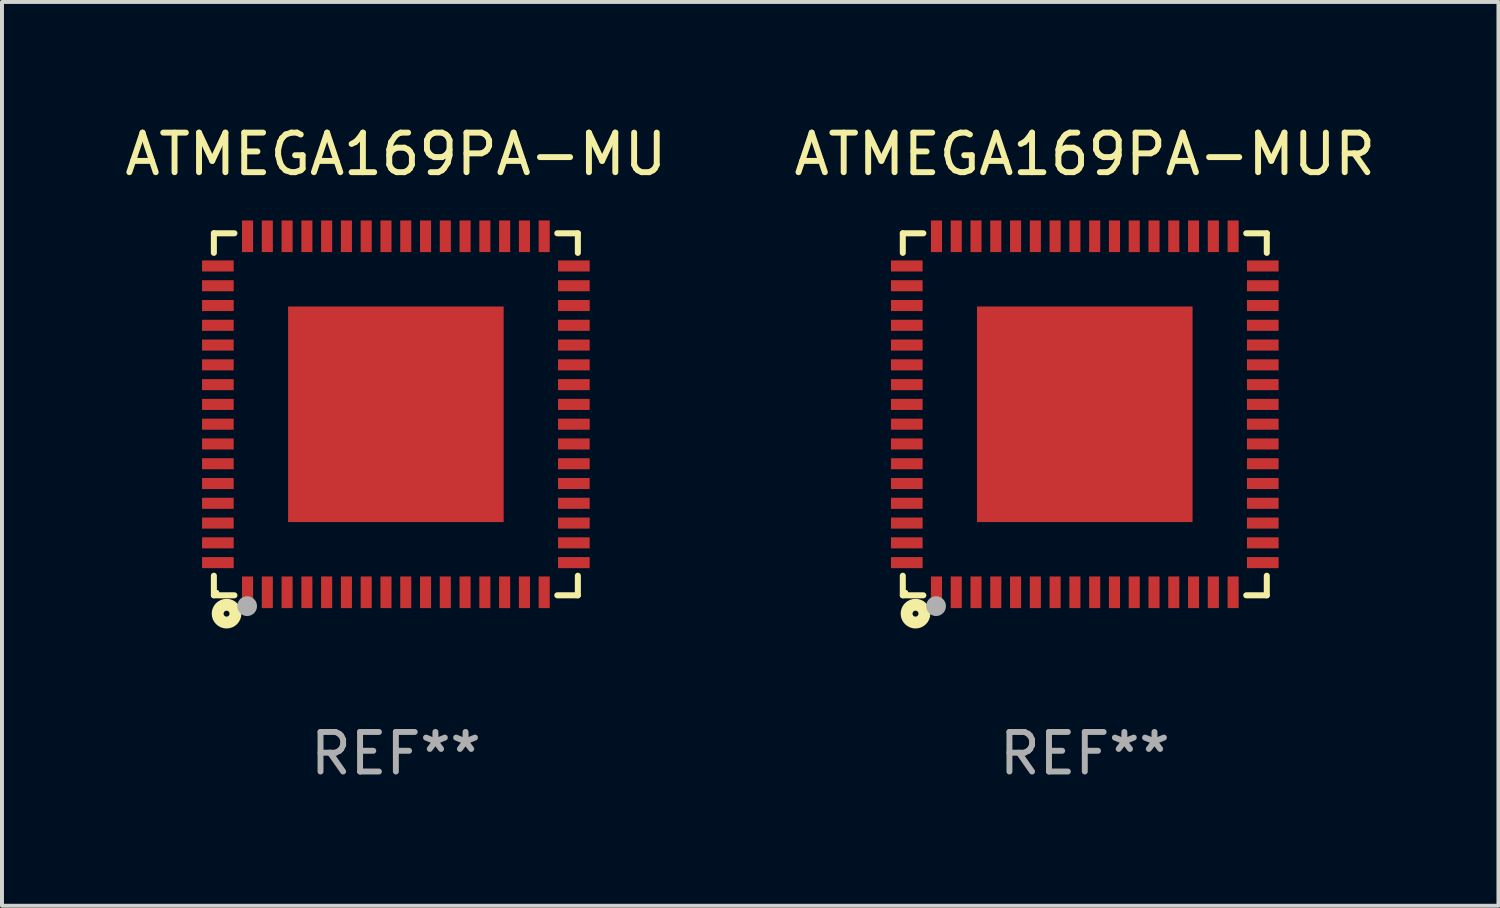
<source format=kicad_pcb>
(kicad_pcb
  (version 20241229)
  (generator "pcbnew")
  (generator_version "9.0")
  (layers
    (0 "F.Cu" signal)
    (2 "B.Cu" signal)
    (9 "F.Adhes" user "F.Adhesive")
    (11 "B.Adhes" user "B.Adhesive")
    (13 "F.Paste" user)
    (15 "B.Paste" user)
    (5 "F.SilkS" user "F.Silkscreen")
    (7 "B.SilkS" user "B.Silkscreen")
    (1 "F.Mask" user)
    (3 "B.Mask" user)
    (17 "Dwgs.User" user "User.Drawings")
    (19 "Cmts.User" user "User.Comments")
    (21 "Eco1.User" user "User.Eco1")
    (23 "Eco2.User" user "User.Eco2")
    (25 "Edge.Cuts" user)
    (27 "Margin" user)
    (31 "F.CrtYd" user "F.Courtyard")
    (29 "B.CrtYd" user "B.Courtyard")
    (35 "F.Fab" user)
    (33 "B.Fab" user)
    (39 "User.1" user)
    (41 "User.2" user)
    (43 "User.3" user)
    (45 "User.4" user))
  (footprint "ATMEGA169PA-MU"
    (layer "F.Cu")
    (at 6.958 7.424)
    (property "Reference" "ATMEGA169PA-MU" (at 0 -6.576 0) (layer "F.SilkS") (effects (font (size 1 1) (thickness 0.15))))
    (attr through_hole)
    (fp_line (start -4.601 -4.576) (end -4.081 -4.576) (stroke (width 0.152) (type solid)) (layer "F.SilkS"))
    (fp_line (start -4.601 -4.081) (end -4.601 -4.576) (stroke (width 0.152) (type solid)) (layer "F.SilkS"))
    (fp_line (start -4.601 4.081) (end -4.601 4.576) (stroke (width 0.152) (type solid)) (layer "F.SilkS"))
    (fp_line (start -4.601 4.576) (end -4.081 4.576) (stroke (width 0.152) (type solid)) (layer "F.SilkS"))
    (fp_line (start 4.601 -4.576) (end 4.081 -4.576) (stroke (width 0.152) (type solid)) (layer "F.SilkS"))
    (fp_line (start 4.601 -4.081) (end 4.601 -4.576) (stroke (width 0.152) (type solid)) (layer "F.SilkS"))
    (fp_line (start 4.601 4.081) (end 4.601 4.576) (stroke (width 0.152) (type solid)) (layer "F.SilkS"))
    (fp_line (start 4.601 4.576) (end 4.081 4.576) (stroke (width 0.152) (type solid)) (layer "F.SilkS"))
    (fp_circle (center -4.525 4.5) (end -4.495 4.5) (stroke (width 0.06) (type solid)) (fill no) (layer "F.SilkS"))
    (fp_circle (center -4.28 5.04) (end -4.205 5.04) (stroke (width 0.3) (type solid)) (fill no) (layer "F.SilkS"))
    (fp_circle (center -3.76 4.85) (end -3.635 4.85) (stroke (width 0.25) (type solid)) (fill no) (layer "F.Fab"))
    (fp_text user "REF**" (at 0 8.576 0) (layer "F.Fab") (effects (font (size 1 1) (thickness 0.15))))
    (pad "1" smd rect (at -3.75 4.5) (size 0.28 0.8) (layers "F.Cu" "F.Mask" "F.Paste"))
    (pad "2" smd rect (at -3.25 4.5) (size 0.28 0.8) (layers "F.Cu" "F.Mask" "F.Paste"))
    (pad "3" smd rect (at -2.75 4.5) (size 0.28 0.8) (layers "F.Cu" "F.Mask" "F.Paste"))
    (pad "4" smd rect (at -2.25 4.5) (size 0.28 0.8) (layers "F.Cu" "F.Mask" "F.Paste"))
    (pad "5" smd rect (at -1.75 4.5) (size 0.28 0.8) (layers "F.Cu" "F.Mask" "F.Paste"))
    (pad "6" smd rect (at -1.25 4.5) (size 0.28 0.8) (layers "F.Cu" "F.Mask" "F.Paste"))
    (pad "7" smd rect (at -0.75 4.5) (size 0.28 0.8) (layers "F.Cu" "F.Mask" "F.Paste"))
    (pad "8" smd rect (at -0.25 4.5) (size 0.28 0.8) (layers "F.Cu" "F.Mask" "F.Paste"))
    (pad "9" smd rect (at 0.25 4.5) (size 0.28 0.8) (layers "F.Cu" "F.Mask" "F.Paste"))
    (pad "10" smd rect (at 0.75 4.5) (size 0.28 0.8) (layers "F.Cu" "F.Mask" "F.Paste"))
    (pad "11" smd rect (at 1.25 4.5) (size 0.28 0.8) (layers "F.Cu" "F.Mask" "F.Paste"))
    (pad "12" smd rect (at 1.75 4.5) (size 0.28 0.8) (layers "F.Cu" "F.Mask" "F.Paste"))
    (pad "13" smd rect (at 2.25 4.5) (size 0.28 0.8) (layers "F.Cu" "F.Mask" "F.Paste"))
    (pad "14" smd rect (at 2.75 4.5) (size 0.28 0.8) (layers "F.Cu" "F.Mask" "F.Paste"))
    (pad "15" smd rect (at 3.25 4.5) (size 0.28 0.8) (layers "F.Cu" "F.Mask" "F.Paste"))
    (pad "16" smd rect (at 3.75 4.5) (size 0.28 0.8) (layers "F.Cu" "F.Mask" "F.Paste"))
    (pad "17" smd rect (at 4.5 3.75) (size 0.8 0.28) (layers "F.Cu" "F.Mask" "F.Paste"))
    (pad "18" smd rect (at 4.5 3.25) (size 0.8 0.28) (layers "F.Cu" "F.Mask" "F.Paste"))
    (pad "19" smd rect (at 4.5 2.75) (size 0.8 0.28) (layers "F.Cu" "F.Mask" "F.Paste"))
    (pad "20" smd rect (at 4.5 2.25) (size 0.8 0.28) (layers "F.Cu" "F.Mask" "F.Paste"))
    (pad "21" smd rect (at 4.5 1.75) (size 0.8 0.28) (layers "F.Cu" "F.Mask" "F.Paste"))
    (pad "22" smd rect (at 4.5 1.25) (size 0.8 0.28) (layers "F.Cu" "F.Mask" "F.Paste"))
    (pad "23" smd rect (at 4.5 0.75) (size 0.8 0.28) (layers "F.Cu" "F.Mask" "F.Paste"))
    (pad "24" smd rect (at 4.5 0.25) (size 0.8 0.28) (layers "F.Cu" "F.Mask" "F.Paste"))
    (pad "25" smd rect (at 4.5 -0.25) (size 0.8 0.28) (layers "F.Cu" "F.Mask" "F.Paste"))
    (pad "26" smd rect (at 4.5 -0.75) (size 0.8 0.28) (layers "F.Cu" "F.Mask" "F.Paste"))
    (pad "27" smd rect (at 4.5 -1.25) (size 0.8 0.28) (layers "F.Cu" "F.Mask" "F.Paste"))
    (pad "28" smd rect (at 4.5 -1.75) (size 0.8 0.28) (layers "F.Cu" "F.Mask" "F.Paste"))
    (pad "29" smd rect (at 4.5 -2.25) (size 0.8 0.28) (layers "F.Cu" "F.Mask" "F.Paste"))
    (pad "30" smd rect (at 4.5 -2.75) (size 0.8 0.28) (layers "F.Cu" "F.Mask" "F.Paste"))
    (pad "31" smd rect (at 4.5 -3.25) (size 0.8 0.28) (layers "F.Cu" "F.Mask" "F.Paste"))
    (pad "32" smd rect (at 4.5 -3.75) (size 0.8 0.28) (layers "F.Cu" "F.Mask" "F.Paste"))
    (pad "33" smd rect (at 3.75 -4.5) (size 0.28 0.8) (layers "F.Cu" "F.Mask" "F.Paste"))
    (pad "34" smd rect (at 3.25 -4.5) (size 0.28 0.8) (layers "F.Cu" "F.Mask" "F.Paste"))
    (pad "35" smd rect (at 2.75 -4.5) (size 0.28 0.8) (layers "F.Cu" "F.Mask" "F.Paste"))
    (pad "36" smd rect (at 2.25 -4.5) (size 0.28 0.8) (layers "F.Cu" "F.Mask" "F.Paste"))
    (pad "37" smd rect (at 1.75 -4.5) (size 0.28 0.8) (layers "F.Cu" "F.Mask" "F.Paste"))
    (pad "38" smd rect (at 1.25 -4.5) (size 0.28 0.8) (layers "F.Cu" "F.Mask" "F.Paste"))
    (pad "39" smd rect (at 0.75 -4.5) (size 0.28 0.8) (layers "F.Cu" "F.Mask" "F.Paste"))
    (pad "40" smd rect (at 0.25 -4.5) (size 0.28 0.8) (layers "F.Cu" "F.Mask" "F.Paste"))
    (pad "41" smd rect (at -0.25 -4.5) (size 0.28 0.8) (layers "F.Cu" "F.Mask" "F.Paste"))
    (pad "42" smd rect (at -0.75 -4.5) (size 0.28 0.8) (layers "F.Cu" "F.Mask" "F.Paste"))
    (pad "43" smd rect (at -1.25 -4.5) (size 0.28 0.8) (layers "F.Cu" "F.Mask" "F.Paste"))
    (pad "44" smd rect (at -1.75 -4.5) (size 0.28 0.8) (layers "F.Cu" "F.Mask" "F.Paste"))
    (pad "45" smd rect (at -2.25 -4.5) (size 0.28 0.8) (layers "F.Cu" "F.Mask" "F.Paste"))
    (pad "46" smd rect (at -2.75 -4.5) (size 0.28 0.8) (layers "F.Cu" "F.Mask" "F.Paste"))
    (pad "47" smd rect (at -3.25 -4.5) (size 0.28 0.8) (layers "F.Cu" "F.Mask" "F.Paste"))
    (pad "48" smd rect (at -3.75 -4.5) (size 0.28 0.8) (layers "F.Cu" "F.Mask" "F.Paste"))
    (pad "49" smd rect (at -4.5 -3.75) (size 0.8 0.28) (layers "F.Cu" "F.Mask" "F.Paste"))
    (pad "50" smd rect (at -4.5 -3.25) (size 0.8 0.28) (layers "F.Cu" "F.Mask" "F.Paste"))
    (pad "51" smd rect (at -4.5 -2.75) (size 0.8 0.28) (layers "F.Cu" "F.Mask" "F.Paste"))
    (pad "52" smd rect (at -4.5 -2.25) (size 0.8 0.28) (layers "F.Cu" "F.Mask" "F.Paste"))
    (pad "53" smd rect (at -4.5 -1.75) (size 0.8 0.28) (layers "F.Cu" "F.Mask" "F.Paste"))
    (pad "54" smd rect (at -4.5 -1.25) (size 0.8 0.28) (layers "F.Cu" "F.Mask" "F.Paste"))
    (pad "55" smd rect (at -4.5 -0.75) (size 0.8 0.28) (layers "F.Cu" "F.Mask" "F.Paste"))
    (pad "56" smd rect (at -4.5 -0.25) (size 0.8 0.28) (layers "F.Cu" "F.Mask" "F.Paste"))
    (pad "57" smd rect (at -4.5 0.25) (size 0.8 0.28) (layers "F.Cu" "F.Mask" "F.Paste"))
    (pad "58" smd rect (at -4.5 0.75) (size 0.8 0.28) (layers "F.Cu" "F.Mask" "F.Paste"))
    (pad "59" smd rect (at -4.5 1.25) (size 0.8 0.28) (layers "F.Cu" "F.Mask" "F.Paste"))
    (pad "60" smd rect (at -4.5 1.75) (size 0.8 0.28) (layers "F.Cu" "F.Mask" "F.Paste"))
    (pad "61" smd rect (at -4.5 2.25) (size 0.8 0.28) (layers "F.Cu" "F.Mask" "F.Paste"))
    (pad "62" smd rect (at -4.5 2.75) (size 0.8 0.28) (layers "F.Cu" "F.Mask" "F.Paste"))
    (pad "63" smd rect (at -4.5 3.25) (size 0.8 0.28) (layers "F.Cu" "F.Mask" "F.Paste"))
    (pad "64" smd rect (at -4.5 3.75) (size 0.8 0.28) (layers "F.Cu" "F.Mask" "F.Paste"))
    (pad "65" smd rect (at 0 0) (size 5.45 5.45) (layers "F.Cu" "F.Mask" "F.Paste")))
  (footprint "ATMEGA169PA-MUR"
    (layer "F.Cu")
    (at 24.375 7.424)
    (property "Reference" "ATMEGA169PA-MUR" (at 0 -6.576 0) (layer "F.SilkS") (effects (font (size 1 1) (thickness 0.15))))
    (attr through_hole)
    (fp_line (start -4.601 -4.576) (end -4.081 -4.576) (stroke (width 0.152) (type solid)) (layer "F.SilkS"))
    (fp_line (start -4.601 -4.081) (end -4.601 -4.576) (stroke (width 0.152) (type solid)) (layer "F.SilkS"))
    (fp_line (start -4.601 4.081) (end -4.601 4.576) (stroke (width 0.152) (type solid)) (layer "F.SilkS"))
    (fp_line (start -4.601 4.576) (end -4.081 4.576) (stroke (width 0.152) (type solid)) (layer "F.SilkS"))
    (fp_line (start 4.601 -4.576) (end 4.081 -4.576) (stroke (width 0.152) (type solid)) (layer "F.SilkS"))
    (fp_line (start 4.601 -4.081) (end 4.601 -4.576) (stroke (width 0.152) (type solid)) (layer "F.SilkS"))
    (fp_line (start 4.601 4.081) (end 4.601 4.576) (stroke (width 0.152) (type solid)) (layer "F.SilkS"))
    (fp_line (start 4.601 4.576) (end 4.081 4.576) (stroke (width 0.152) (type solid)) (layer "F.SilkS"))
    (fp_circle (center -4.525 4.5) (end -4.495 4.5) (stroke (width 0.06) (type solid)) (fill no) (layer "F.SilkS"))
    (fp_circle (center -4.28 5.04) (end -4.205 5.04) (stroke (width 0.3) (type solid)) (fill no) (layer "F.SilkS"))
    (fp_circle (center -3.76 4.85) (end -3.635 4.85) (stroke (width 0.25) (type solid)) (fill no) (layer "F.Fab"))
    (fp_text user "REF**" (at 0 8.576 0) (layer "F.Fab") (effects (font (size 1 1) (thickness 0.15))))
    (pad "1" smd rect (at -3.75 4.5) (size 0.28 0.8) (layers "F.Cu" "F.Mask" "F.Paste"))
    (pad "2" smd rect (at -3.25 4.5) (size 0.28 0.8) (layers "F.Cu" "F.Mask" "F.Paste"))
    (pad "3" smd rect (at -2.75 4.5) (size 0.28 0.8) (layers "F.Cu" "F.Mask" "F.Paste"))
    (pad "4" smd rect (at -2.25 4.5) (size 0.28 0.8) (layers "F.Cu" "F.Mask" "F.Paste"))
    (pad "5" smd rect (at -1.75 4.5) (size 0.28 0.8) (layers "F.Cu" "F.Mask" "F.Paste"))
    (pad "6" smd rect (at -1.25 4.5) (size 0.28 0.8) (layers "F.Cu" "F.Mask" "F.Paste"))
    (pad "7" smd rect (at -0.75 4.5) (size 0.28 0.8) (layers "F.Cu" "F.Mask" "F.Paste"))
    (pad "8" smd rect (at -0.25 4.5) (size 0.28 0.8) (layers "F.Cu" "F.Mask" "F.Paste"))
    (pad "9" smd rect (at 0.25 4.5) (size 0.28 0.8) (layers "F.Cu" "F.Mask" "F.Paste"))
    (pad "10" smd rect (at 0.75 4.5) (size 0.28 0.8) (layers "F.Cu" "F.Mask" "F.Paste"))
    (pad "11" smd rect (at 1.25 4.5) (size 0.28 0.8) (layers "F.Cu" "F.Mask" "F.Paste"))
    (pad "12" smd rect (at 1.75 4.5) (size 0.28 0.8) (layers "F.Cu" "F.Mask" "F.Paste"))
    (pad "13" smd rect (at 2.25 4.5) (size 0.28 0.8) (layers "F.Cu" "F.Mask" "F.Paste"))
    (pad "14" smd rect (at 2.75 4.5) (size 0.28 0.8) (layers "F.Cu" "F.Mask" "F.Paste"))
    (pad "15" smd rect (at 3.25 4.5) (size 0.28 0.8) (layers "F.Cu" "F.Mask" "F.Paste"))
    (pad "16" smd rect (at 3.75 4.5) (size 0.28 0.8) (layers "F.Cu" "F.Mask" "F.Paste"))
    (pad "17" smd rect (at 4.5 3.75) (size 0.8 0.28) (layers "F.Cu" "F.Mask" "F.Paste"))
    (pad "18" smd rect (at 4.5 3.25) (size 0.8 0.28) (layers "F.Cu" "F.Mask" "F.Paste"))
    (pad "19" smd rect (at 4.5 2.75) (size 0.8 0.28) (layers "F.Cu" "F.Mask" "F.Paste"))
    (pad "20" smd rect (at 4.5 2.25) (size 0.8 0.28) (layers "F.Cu" "F.Mask" "F.Paste"))
    (pad "21" smd rect (at 4.5 1.75) (size 0.8 0.28) (layers "F.Cu" "F.Mask" "F.Paste"))
    (pad "22" smd rect (at 4.5 1.25) (size 0.8 0.28) (layers "F.Cu" "F.Mask" "F.Paste"))
    (pad "23" smd rect (at 4.5 0.75) (size 0.8 0.28) (layers "F.Cu" "F.Mask" "F.Paste"))
    (pad "24" smd rect (at 4.5 0.25) (size 0.8 0.28) (layers "F.Cu" "F.Mask" "F.Paste"))
    (pad "25" smd rect (at 4.5 -0.25) (size 0.8 0.28) (layers "F.Cu" "F.Mask" "F.Paste"))
    (pad "26" smd rect (at 4.5 -0.75) (size 0.8 0.28) (layers "F.Cu" "F.Mask" "F.Paste"))
    (pad "27" smd rect (at 4.5 -1.25) (size 0.8 0.28) (layers "F.Cu" "F.Mask" "F.Paste"))
    (pad "28" smd rect (at 4.5 -1.75) (size 0.8 0.28) (layers "F.Cu" "F.Mask" "F.Paste"))
    (pad "29" smd rect (at 4.5 -2.25) (size 0.8 0.28) (layers "F.Cu" "F.Mask" "F.Paste"))
    (pad "30" smd rect (at 4.5 -2.75) (size 0.8 0.28) (layers "F.Cu" "F.Mask" "F.Paste"))
    (pad "31" smd rect (at 4.5 -3.25) (size 0.8 0.28) (layers "F.Cu" "F.Mask" "F.Paste"))
    (pad "32" smd rect (at 4.5 -3.75) (size 0.8 0.28) (layers "F.Cu" "F.Mask" "F.Paste"))
    (pad "33" smd rect (at 3.75 -4.5) (size 0.28 0.8) (layers "F.Cu" "F.Mask" "F.Paste"))
    (pad "34" smd rect (at 3.25 -4.5) (size 0.28 0.8) (layers "F.Cu" "F.Mask" "F.Paste"))
    (pad "35" smd rect (at 2.75 -4.5) (size 0.28 0.8) (layers "F.Cu" "F.Mask" "F.Paste"))
    (pad "36" smd rect (at 2.25 -4.5) (size 0.28 0.8) (layers "F.Cu" "F.Mask" "F.Paste"))
    (pad "37" smd rect (at 1.75 -4.5) (size 0.28 0.8) (layers "F.Cu" "F.Mask" "F.Paste"))
    (pad "38" smd rect (at 1.25 -4.5) (size 0.28 0.8) (layers "F.Cu" "F.Mask" "F.Paste"))
    (pad "39" smd rect (at 0.75 -4.5) (size 0.28 0.8) (layers "F.Cu" "F.Mask" "F.Paste"))
    (pad "40" smd rect (at 0.25 -4.5) (size 0.28 0.8) (layers "F.Cu" "F.Mask" "F.Paste"))
    (pad "41" smd rect (at -0.25 -4.5) (size 0.28 0.8) (layers "F.Cu" "F.Mask" "F.Paste"))
    (pad "42" smd rect (at -0.75 -4.5) (size 0.28 0.8) (layers "F.Cu" "F.Mask" "F.Paste"))
    (pad "43" smd rect (at -1.25 -4.5) (size 0.28 0.8) (layers "F.Cu" "F.Mask" "F.Paste"))
    (pad "44" smd rect (at -1.75 -4.5) (size 0.28 0.8) (layers "F.Cu" "F.Mask" "F.Paste"))
    (pad "45" smd rect (at -2.25 -4.5) (size 0.28 0.8) (layers "F.Cu" "F.Mask" "F.Paste"))
    (pad "46" smd rect (at -2.75 -4.5) (size 0.28 0.8) (layers "F.Cu" "F.Mask" "F.Paste"))
    (pad "47" smd rect (at -3.25 -4.5) (size 0.28 0.8) (layers "F.Cu" "F.Mask" "F.Paste"))
    (pad "48" smd rect (at -3.75 -4.5) (size 0.28 0.8) (layers "F.Cu" "F.Mask" "F.Paste"))
    (pad "49" smd rect (at -4.5 -3.75) (size 0.8 0.28) (layers "F.Cu" "F.Mask" "F.Paste"))
    (pad "50" smd rect (at -4.5 -3.25) (size 0.8 0.28) (layers "F.Cu" "F.Mask" "F.Paste"))
    (pad "51" smd rect (at -4.5 -2.75) (size 0.8 0.28) (layers "F.Cu" "F.Mask" "F.Paste"))
    (pad "52" smd rect (at -4.5 -2.25) (size 0.8 0.28) (layers "F.Cu" "F.Mask" "F.Paste"))
    (pad "53" smd rect (at -4.5 -1.75) (size 0.8 0.28) (layers "F.Cu" "F.Mask" "F.Paste"))
    (pad "54" smd rect (at -4.5 -1.25) (size 0.8 0.28) (layers "F.Cu" "F.Mask" "F.Paste"))
    (pad "55" smd rect (at -4.5 -0.75) (size 0.8 0.28) (layers "F.Cu" "F.Mask" "F.Paste"))
    (pad "56" smd rect (at -4.5 -0.25) (size 0.8 0.28) (layers "F.Cu" "F.Mask" "F.Paste"))
    (pad "57" smd rect (at -4.5 0.25) (size 0.8 0.28) (layers "F.Cu" "F.Mask" "F.Paste"))
    (pad "58" smd rect (at -4.5 0.75) (size 0.8 0.28) (layers "F.Cu" "F.Mask" "F.Paste"))
    (pad "59" smd rect (at -4.5 1.25) (size 0.8 0.28) (layers "F.Cu" "F.Mask" "F.Paste"))
    (pad "60" smd rect (at -4.5 1.75) (size 0.8 0.28) (layers "F.Cu" "F.Mask" "F.Paste"))
    (pad "61" smd rect (at -4.5 2.25) (size 0.8 0.28) (layers "F.Cu" "F.Mask" "F.Paste"))
    (pad "62" smd rect (at -4.5 2.75) (size 0.8 0.28) (layers "F.Cu" "F.Mask" "F.Paste"))
    (pad "63" smd rect (at -4.5 3.25) (size 0.8 0.28) (layers "F.Cu" "F.Mask" "F.Paste"))
    (pad "64" smd rect (at -4.5 3.75) (size 0.8 0.28) (layers "F.Cu" "F.Mask" "F.Paste"))
    (pad "65" smd rect (at 0 0) (size 5.45 5.45) (layers "F.Cu" "F.Mask" "F.Paste")))
  (gr_rect
    (start -3 -3)
    (end 34.833 19.849)
    (stroke (width 0.1) (type default))
    (fill no)
    (layer "Edge.Cuts")))
</source>
